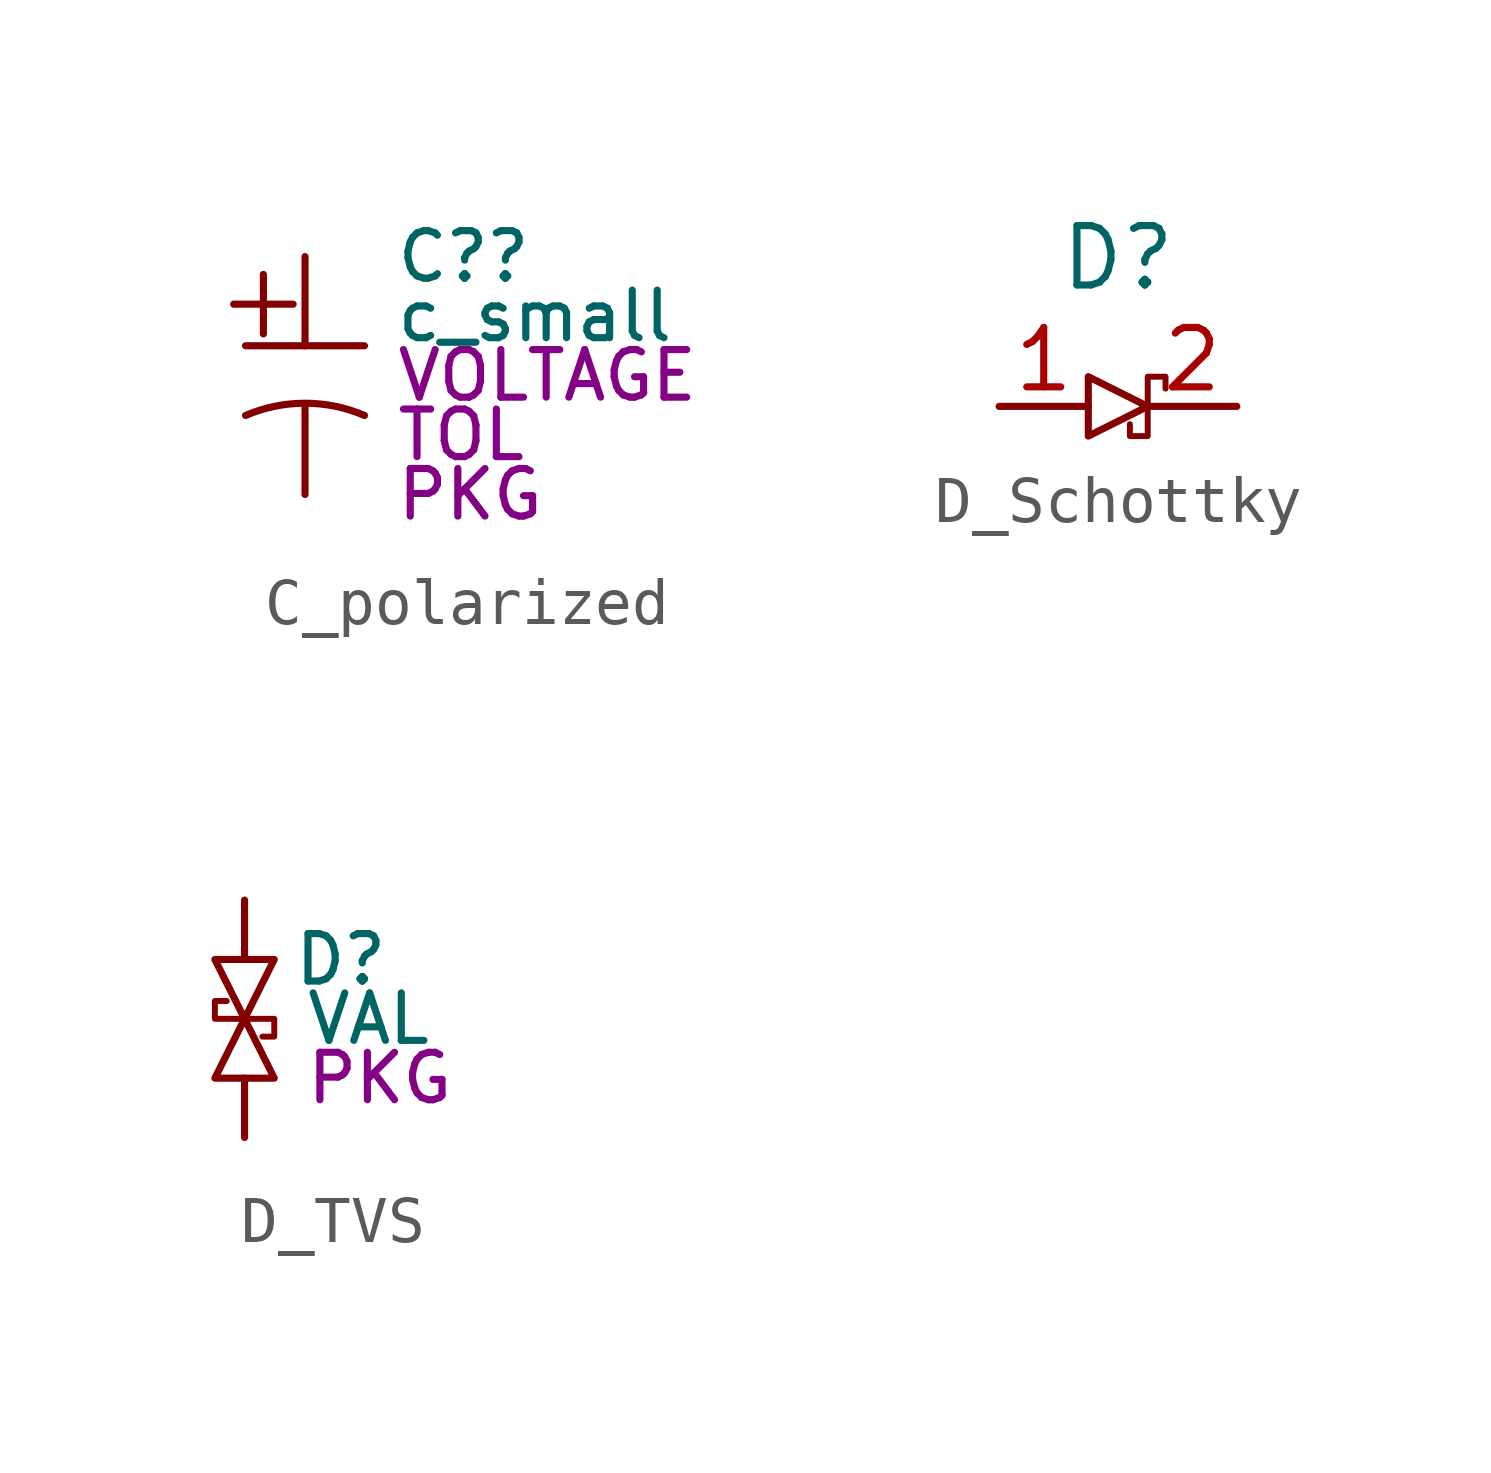
<source format=kicad_sym>
(kicad_symbol_lib
  (version 20231120)
  (generator "kicad_symbol_editor")
  (generator_version "8.0")
  (symbol "C_polarized"
    (property "Reference" "C?"
      (at 1.905 2.54 0)
      (do_not_autoplace)
      (effects (font (size 1.016 1.016)) (justify left)))
    (property "Value" "c_small"
      (at 1.905 1.27 0)
      (do_not_autoplace)
      (effects (font (size 1.016 1.016)) (justify left)))
    (property "Tolerance" "TOL"
      (at 1.905 -1.27 0)
      (do_not_autoplace)
      (effects (font (size 1.016 1.016)) (justify left)))
    (property "Voltage Rating" "VOLTAGE"
      (at 1.905 0 0)
      (do_not_autoplace)
      (effects (font (size 1.016 1.016)) (justify left)))
    (property "Package" "PKG"
      (at 1.905 -2.54 0)
      (do_not_autoplace)
      (effects (font (size 1.016 1.016)) (justify left)))
    (symbol "C_polarized_0_1"
      (polyline (pts (xy -1.524 1.524) (xy -0.254 1.524)) (stroke (width 0) (type default)) (fill (type none)))
      (polyline (pts (xy -1.27 0.635) (xy 1.27 0.635)) (stroke (width 0) (type default)) (fill (type none)))
      (polyline (pts (xy -0.889 2.159) (xy -0.889 0.889)) (stroke (width 0) (type default)) (fill (type none)))
      (arc (start 1.27 -0.8531) (mid 0 -0.5919) (end -1.27 -0.8531) (stroke (width 0) (type default)) (fill (type none))))
    (symbol "C_polarized_1_1"
      (pin passive line (at 0 2.54 270) (length 1.905) (name "" (effects (font (size 0 0)))) (number "1" (effects (font (size 0 0)))))
      (pin passive line (at 0 -2.54 90) (length 1.905) (name "" (effects (font (size 0 0)))) (number "2" (effects (font (size 0 0)))))))
  (symbol "D_Schottky"
    (property "Reference" "D"
      (at 0 3.175 0)
      (effects (font (size 1.27 1.27))))
    (property "Value" ""
      (at 0 0 0)
      (effects (font (size 1.27 1.27))))
    (symbol "D_Schottky_1_0"
      (pin passive line (at -2.54 0 0) (length 1.905) (name "" (effects (font (size 1.27 1.27)))) (number "1" (effects (font (size 1.27 1.27)))))
      (pin passive line (at 2.54 0 180) (length 1.905) (name "" (effects (font (size 1.27 1.27)))) (number "2" (effects (font (size 1.27 1.27))))))
    (symbol "D_Schottky_1_1"
      (polyline (pts (xy -0.635 0.635) (xy -0.635 -0.635) (xy 0.635 0) (xy -0.635 0.635)) (stroke (width 0.152) (type default)) (fill (type none)))
      (polyline (pts (xy 0.635 0) (xy 0.635 -0.635) (xy 0.381 -0.635) (xy 0.254 -0.635) (xy 0.254 -0.381)) (stroke (width 0.127) (type default)) (fill (type none)))
      (polyline (pts (xy 0.635 0) (xy 0.635 0.635) (xy 0.889 0.635) (xy 1.016 0.635) (xy 1.016 0.381)) (stroke (width 0.127) (type default)) (fill (type none)))))
  (symbol "D_TVS"
    (pin_numbers hide)
    (property "Reference" "D"
      (at 1.016 1.27 0)
      (do_not_autoplace)
      (effects (font (size 1.016 1.016)) (justify left)))
    (property "Value" "VAL"
      (at 1.27 0 0)
      (do_not_autoplace)
      (effects (font (size 1.016 1.016)) (justify left)))
    (property "Package" "PKG"
      (at 1.27 -1.27 0)
      (do_not_autoplace)
      (effects (font (size 1.016 1.016)) (justify left)))
    (symbol "D_TVS_1_0"
      (pin passive line (at 0 -2.54 90) (length 1.27) (name "" (effects (font (size 1.27 1.27)))) (number "1" (effects (font (size 1.27 1.27)))))
      (pin passive line (at 0 2.54 270) (length 1.27) (name "" (effects (font (size 1.27 1.27)))) (number "2" (effects (font (size 1.27 1.27))))))
    (symbol "D_TVS_1_1"
      (polyline (pts (xy -0.635 -1.27) (xy 0.635 -1.27) (xy 0 0) (xy -0.635 -1.27)) (stroke (width 0.152) (type default)) (fill (type none)))
      (polyline (pts (xy 0.635 1.27) (xy -0.635 1.27) (xy 0 0) (xy 0.635 1.27)) (stroke (width 0.152) (type default)) (fill (type none)))
      (polyline (pts (xy 0 0) (xy -0.635 0) (xy -0.635 0.254) (xy -0.635 0.381) (xy -0.381 0.381)) (stroke (width 0.127) (type default)) (fill (type none)))
      (polyline (pts (xy 0 0) (xy 0.635 0) (xy 0.635 -0.254) (xy 0.635 -0.381) (xy 0.381 -0.381)) (stroke (width 0.127) (type default)) (fill (type none))))))
</source>
